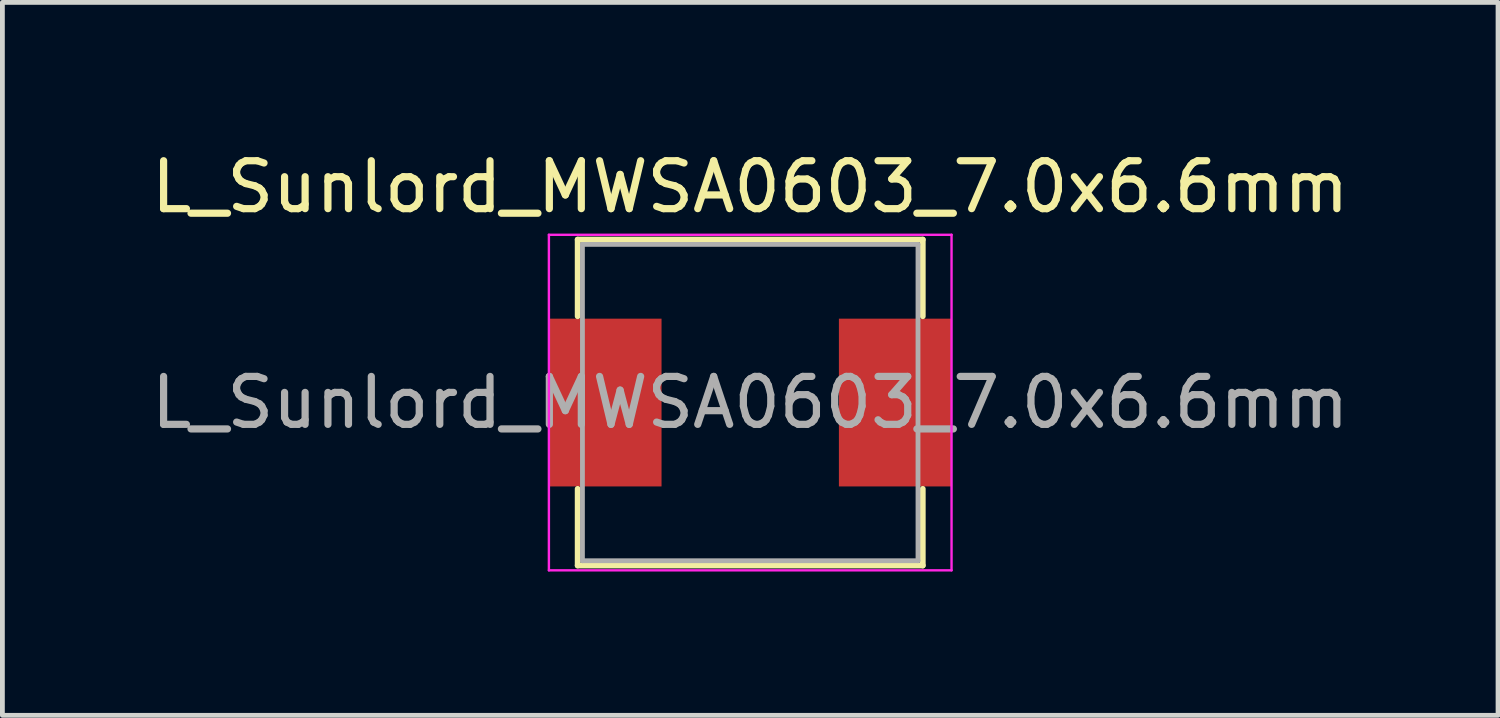
<source format=kicad_pcb>
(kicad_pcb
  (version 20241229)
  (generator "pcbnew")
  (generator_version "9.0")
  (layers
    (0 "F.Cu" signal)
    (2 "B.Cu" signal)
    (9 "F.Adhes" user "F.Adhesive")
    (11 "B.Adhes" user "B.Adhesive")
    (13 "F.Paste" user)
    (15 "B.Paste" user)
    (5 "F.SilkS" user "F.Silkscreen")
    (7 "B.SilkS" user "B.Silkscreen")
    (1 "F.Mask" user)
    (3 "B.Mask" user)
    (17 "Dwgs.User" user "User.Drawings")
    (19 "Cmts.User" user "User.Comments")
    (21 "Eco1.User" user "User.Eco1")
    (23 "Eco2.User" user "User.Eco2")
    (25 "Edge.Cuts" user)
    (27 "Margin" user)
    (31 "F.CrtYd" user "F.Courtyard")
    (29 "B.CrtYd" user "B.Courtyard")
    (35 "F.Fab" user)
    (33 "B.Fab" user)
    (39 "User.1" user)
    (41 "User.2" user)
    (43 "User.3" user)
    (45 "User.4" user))
  (footprint "L_Sunlord_MWSA0603_7.0x6.6mm"
    (layer "F.Cu")
    (at 12.601 5.348)
    (property "Reference" "L_Sunlord_MWSA0603_7.0x6.6mm" (at 0 -4.5 0) (layer "F.SilkS") (effects (font (size 1 1) (thickness 0.15))))
    (attr smd)
    (fp_line (start -3.6 -3.4) (end -3.6 -1.8) (stroke (width 0.12) (type solid)) (layer "F.SilkS"))
    (fp_line (start -3.6 -3.4) (end 3.6 -3.4) (stroke (width 0.12) (type solid)) (layer "F.SilkS"))
    (fp_line (start -3.6 3.4) (end -3.6 1.8) (stroke (width 0.12) (type solid)) (layer "F.SilkS"))
    (fp_line (start -3.6 3.4) (end 3.6 3.4) (stroke (width 0.12) (type solid)) (layer "F.SilkS"))
    (fp_line (start 3.6 -3.4) (end 3.6 -1.8) (stroke (width 0.12) (type solid)) (layer "F.SilkS"))
    (fp_line (start 3.6 3.4) (end 3.6 1.8) (stroke (width 0.12) (type solid)) (layer "F.SilkS"))
    (fp_line (start -4.2 -3.5) (end 4.2 -3.5) (stroke (width 0.05) (type solid)) (layer "F.CrtYd"))
    (fp_line (start -4.2 3.5) (end -4.2 -3.5) (stroke (width 0.05) (type solid)) (layer "F.CrtYd"))
    (fp_line (start 4.2 -3.5) (end 4.2 3.5) (stroke (width 0.05) (type solid)) (layer "F.CrtYd"))
    (fp_line (start 4.2 3.5) (end -4.2 3.5) (stroke (width 0.05) (type solid)) (layer "F.CrtYd"))
    (fp_line (start -3.5 -3.3) (end 3.5 -3.3) (stroke (width 0.1) (type solid)) (layer "F.Fab"))
    (fp_line (start -3.5 3.3) (end -3.5 -3.3) (stroke (width 0.1) (type solid)) (layer "F.Fab"))
    (fp_line (start 3.5 -3.3) (end 3.5 3.3) (stroke (width 0.1) (type solid)) (layer "F.Fab"))
    (fp_line (start 3.5 3.3) (end -3.5 3.3) (stroke (width 0.1) (type solid)) (layer "F.Fab"))
    (fp_text user "${REFERENCE}" (at 0 0 0) (layer "F.Fab") (effects (font (size 1 1) (thickness 0.15))))
    (pad "1" smd rect (at -3.025 0) (size 2.35 3.5) (layers "F.Cu" "F.Mask" "F.Paste"))
    (pad "2" smd rect (at 3.025 0) (size 2.35 3.5) (layers "F.Cu" "F.Mask" "F.Paste")))
  (gr_rect
    (start -3 -3)
    (end 28.202 11.873)
    (stroke (width 0.1) (type default))
    (fill no)
    (layer "Edge.Cuts")))
</source>
